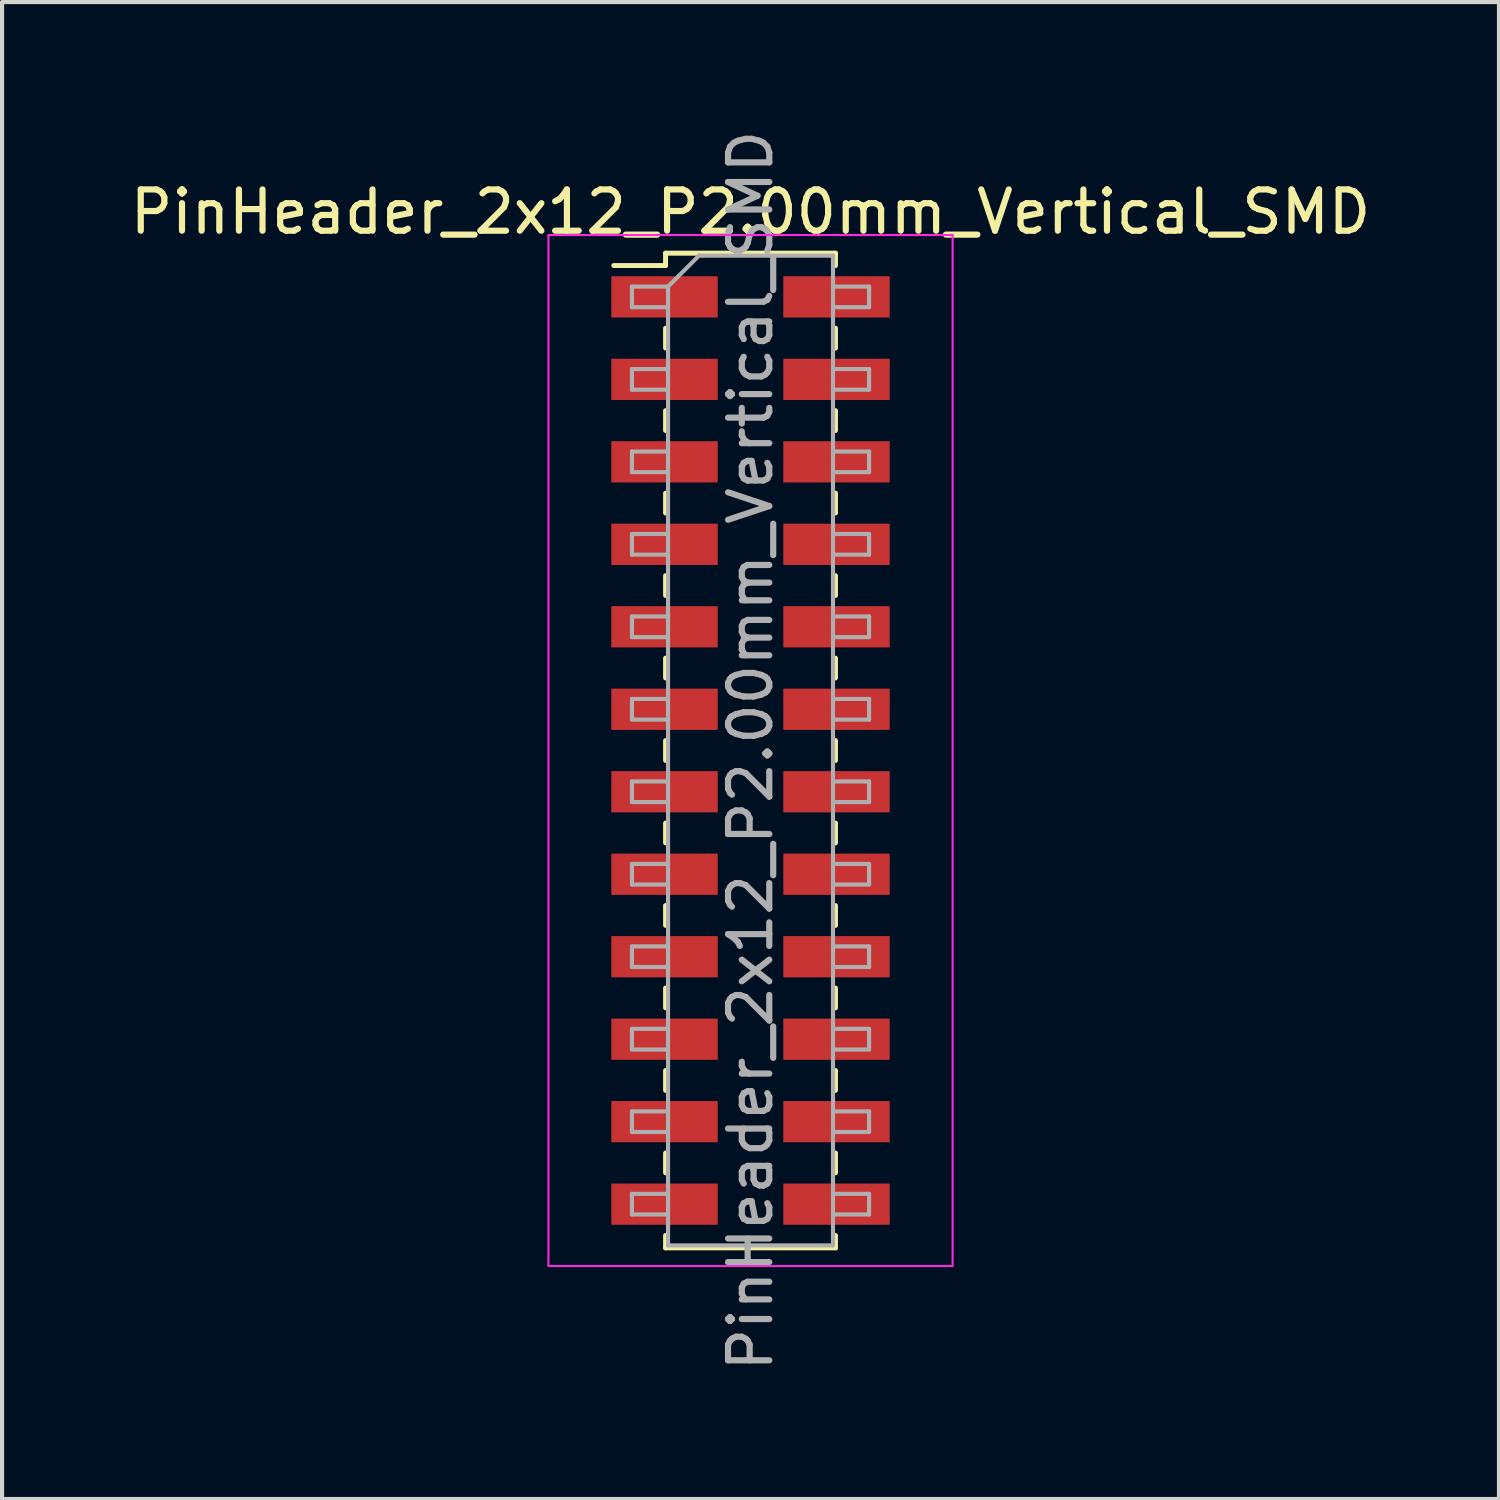
<source format=kicad_pcb>
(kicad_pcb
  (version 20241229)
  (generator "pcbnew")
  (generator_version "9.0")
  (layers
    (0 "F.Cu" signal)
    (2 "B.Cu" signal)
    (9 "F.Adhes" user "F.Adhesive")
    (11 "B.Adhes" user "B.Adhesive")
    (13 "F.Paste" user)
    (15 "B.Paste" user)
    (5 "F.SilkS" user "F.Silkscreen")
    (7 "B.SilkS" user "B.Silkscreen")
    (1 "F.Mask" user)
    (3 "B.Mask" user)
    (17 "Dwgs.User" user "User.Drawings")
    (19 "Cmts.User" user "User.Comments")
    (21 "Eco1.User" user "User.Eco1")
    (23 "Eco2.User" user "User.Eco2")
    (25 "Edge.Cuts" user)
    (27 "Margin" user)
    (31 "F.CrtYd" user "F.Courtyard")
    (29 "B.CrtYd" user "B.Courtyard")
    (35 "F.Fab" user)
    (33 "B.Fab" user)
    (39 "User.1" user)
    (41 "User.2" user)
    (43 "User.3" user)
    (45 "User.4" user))
  (footprint "PinHeader_2x12_P2.00mm_Vertical_SMD"
    (layer "F.Cu")
    (at 15.149 15.149)
    (property "Reference" "PinHeader_2x12_P2.00mm_Vertical_SMD" (at 0 -13.06 0) (layer "F.SilkS") (effects (font (size 1 1) (thickness 0.15))))
    (attr smd)
    (fp_line (start -3.315 -11.76) (end -2.06 -11.76) (stroke (width 0.12) (type solid)) (layer "F.SilkS"))
    (fp_line (start -2.06 -12.06) (end -2.06 -11.76) (stroke (width 0.12) (type solid)) (layer "F.SilkS"))
    (fp_line (start -2.06 -12.06) (end 2.06 -12.06) (stroke (width 0.12) (type solid)) (layer "F.SilkS"))
    (fp_line (start -2.06 -10.24) (end -2.06 -9.76) (stroke (width 0.12) (type solid)) (layer "F.SilkS"))
    (fp_line (start -2.06 -8.24) (end -2.06 -7.76) (stroke (width 0.12) (type solid)) (layer "F.SilkS"))
    (fp_line (start -2.06 -6.24) (end -2.06 -5.76) (stroke (width 0.12) (type solid)) (layer "F.SilkS"))
    (fp_line (start -2.06 -4.24) (end -2.06 -3.76) (stroke (width 0.12) (type solid)) (layer "F.SilkS"))
    (fp_line (start -2.06 -2.24) (end -2.06 -1.76) (stroke (width 0.12) (type solid)) (layer "F.SilkS"))
    (fp_line (start -2.06 -0.24) (end -2.06 0.24) (stroke (width 0.12) (type solid)) (layer "F.SilkS"))
    (fp_line (start -2.06 1.76) (end -2.06 2.24) (stroke (width 0.12) (type solid)) (layer "F.SilkS"))
    (fp_line (start -2.06 3.76) (end -2.06 4.24) (stroke (width 0.12) (type solid)) (layer "F.SilkS"))
    (fp_line (start -2.06 5.76) (end -2.06 6.24) (stroke (width 0.12) (type solid)) (layer "F.SilkS"))
    (fp_line (start -2.06 7.76) (end -2.06 8.24) (stroke (width 0.12) (type solid)) (layer "F.SilkS"))
    (fp_line (start -2.06 9.76) (end -2.06 10.24) (stroke (width 0.12) (type solid)) (layer "F.SilkS"))
    (fp_line (start -2.06 11.76) (end -2.06 12.06) (stroke (width 0.12) (type solid)) (layer "F.SilkS"))
    (fp_line (start -2.06 12.06) (end 2.06 12.06) (stroke (width 0.12) (type solid)) (layer "F.SilkS"))
    (fp_line (start 2.06 -12.06) (end 2.06 -11.76) (stroke (width 0.12) (type solid)) (layer "F.SilkS"))
    (fp_line (start 2.06 -10.24) (end 2.06 -9.76) (stroke (width 0.12) (type solid)) (layer "F.SilkS"))
    (fp_line (start 2.06 -8.24) (end 2.06 -7.76) (stroke (width 0.12) (type solid)) (layer "F.SilkS"))
    (fp_line (start 2.06 -6.24) (end 2.06 -5.76) (stroke (width 0.12) (type solid)) (layer "F.SilkS"))
    (fp_line (start 2.06 -4.24) (end 2.06 -3.76) (stroke (width 0.12) (type solid)) (layer "F.SilkS"))
    (fp_line (start 2.06 -2.24) (end 2.06 -1.76) (stroke (width 0.12) (type solid)) (layer "F.SilkS"))
    (fp_line (start 2.06 -0.24) (end 2.06 0.24) (stroke (width 0.12) (type solid)) (layer "F.SilkS"))
    (fp_line (start 2.06 1.76) (end 2.06 2.24) (stroke (width 0.12) (type solid)) (layer "F.SilkS"))
    (fp_line (start 2.06 3.76) (end 2.06 4.24) (stroke (width 0.12) (type solid)) (layer "F.SilkS"))
    (fp_line (start 2.06 5.76) (end 2.06 6.24) (stroke (width 0.12) (type solid)) (layer "F.SilkS"))
    (fp_line (start 2.06 7.76) (end 2.06 8.24) (stroke (width 0.12) (type solid)) (layer "F.SilkS"))
    (fp_line (start 2.06 9.76) (end 2.06 10.24) (stroke (width 0.12) (type solid)) (layer "F.SilkS"))
    (fp_line (start 2.06 11.76) (end 2.06 12.06) (stroke (width 0.12) (type solid)) (layer "F.SilkS"))
    (fp_line (start -4.9 -12.5) (end -4.9 12.5) (stroke (width 0.05) (type solid)) (layer "F.CrtYd"))
    (fp_line (start -4.9 12.5) (end 4.9 12.5) (stroke (width 0.05) (type solid)) (layer "F.CrtYd"))
    (fp_line (start 4.9 -12.5) (end -4.9 -12.5) (stroke (width 0.05) (type solid)) (layer "F.CrtYd"))
    (fp_line (start 4.9 12.5) (end 4.9 -12.5) (stroke (width 0.05) (type solid)) (layer "F.CrtYd"))
    (fp_line (start -2.875 -11.25) (end -2.875 -10.75) (stroke (width 0.1) (type solid)) (layer "F.Fab"))
    (fp_line (start -2.875 -10.75) (end -2 -10.75) (stroke (width 0.1) (type solid)) (layer "F.Fab"))
    (fp_line (start -2.875 -9.25) (end -2.875 -8.75) (stroke (width 0.1) (type solid)) (layer "F.Fab"))
    (fp_line (start -2.875 -8.75) (end -2 -8.75) (stroke (width 0.1) (type solid)) (layer "F.Fab"))
    (fp_line (start -2.875 -7.25) (end -2.875 -6.75) (stroke (width 0.1) (type solid)) (layer "F.Fab"))
    (fp_line (start -2.875 -6.75) (end -2 -6.75) (stroke (width 0.1) (type solid)) (layer "F.Fab"))
    (fp_line (start -2.875 -5.25) (end -2.875 -4.75) (stroke (width 0.1) (type solid)) (layer "F.Fab"))
    (fp_line (start -2.875 -4.75) (end -2 -4.75) (stroke (width 0.1) (type solid)) (layer "F.Fab"))
    (fp_line (start -2.875 -3.25) (end -2.875 -2.75) (stroke (width 0.1) (type solid)) (layer "F.Fab"))
    (fp_line (start -2.875 -2.75) (end -2 -2.75) (stroke (width 0.1) (type solid)) (layer "F.Fab"))
    (fp_line (start -2.875 -1.25) (end -2.875 -0.75) (stroke (width 0.1) (type solid)) (layer "F.Fab"))
    (fp_line (start -2.875 -0.75) (end -2 -0.75) (stroke (width 0.1) (type solid)) (layer "F.Fab"))
    (fp_line (start -2.875 0.75) (end -2.875 1.25) (stroke (width 0.1) (type solid)) (layer "F.Fab"))
    (fp_line (start -2.875 1.25) (end -2 1.25) (stroke (width 0.1) (type solid)) (layer "F.Fab"))
    (fp_line (start -2.875 2.75) (end -2.875 3.25) (stroke (width 0.1) (type solid)) (layer "F.Fab"))
    (fp_line (start -2.875 3.25) (end -2 3.25) (stroke (width 0.1) (type solid)) (layer "F.Fab"))
    (fp_line (start -2.875 4.75) (end -2.875 5.25) (stroke (width 0.1) (type solid)) (layer "F.Fab"))
    (fp_line (start -2.875 5.25) (end -2 5.25) (stroke (width 0.1) (type solid)) (layer "F.Fab"))
    (fp_line (start -2.875 6.75) (end -2.875 7.25) (stroke (width 0.1) (type solid)) (layer "F.Fab"))
    (fp_line (start -2.875 7.25) (end -2 7.25) (stroke (width 0.1) (type solid)) (layer "F.Fab"))
    (fp_line (start -2.875 8.75) (end -2.875 9.25) (stroke (width 0.1) (type solid)) (layer "F.Fab"))
    (fp_line (start -2.875 9.25) (end -2 9.25) (stroke (width 0.1) (type solid)) (layer "F.Fab"))
    (fp_line (start -2.875 10.75) (end -2.875 11.25) (stroke (width 0.1) (type solid)) (layer "F.Fab"))
    (fp_line (start -2.875 11.25) (end -2 11.25) (stroke (width 0.1) (type solid)) (layer "F.Fab"))
    (fp_line (start -2 -11.25) (end -2.875 -11.25) (stroke (width 0.1) (type solid)) (layer "F.Fab"))
    (fp_line (start -2 -11.25) (end -1.25 -12) (stroke (width 0.1) (type solid)) (layer "F.Fab"))
    (fp_line (start -2 -9.25) (end -2.875 -9.25) (stroke (width 0.1) (type solid)) (layer "F.Fab"))
    (fp_line (start -2 -7.25) (end -2.875 -7.25) (stroke (width 0.1) (type solid)) (layer "F.Fab"))
    (fp_line (start -2 -5.25) (end -2.875 -5.25) (stroke (width 0.1) (type solid)) (layer "F.Fab"))
    (fp_line (start -2 -3.25) (end -2.875 -3.25) (stroke (width 0.1) (type solid)) (layer "F.Fab"))
    (fp_line (start -2 -1.25) (end -2.875 -1.25) (stroke (width 0.1) (type solid)) (layer "F.Fab"))
    (fp_line (start -2 0.75) (end -2.875 0.75) (stroke (width 0.1) (type solid)) (layer "F.Fab"))
    (fp_line (start -2 2.75) (end -2.875 2.75) (stroke (width 0.1) (type solid)) (layer "F.Fab"))
    (fp_line (start -2 4.75) (end -2.875 4.75) (stroke (width 0.1) (type solid)) (layer "F.Fab"))
    (fp_line (start -2 6.75) (end -2.875 6.75) (stroke (width 0.1) (type solid)) (layer "F.Fab"))
    (fp_line (start -2 8.75) (end -2.875 8.75) (stroke (width 0.1) (type solid)) (layer "F.Fab"))
    (fp_line (start -2 10.75) (end -2.875 10.75) (stroke (width 0.1) (type solid)) (layer "F.Fab"))
    (fp_line (start -2 12) (end -2 -11.25) (stroke (width 0.1) (type solid)) (layer "F.Fab"))
    (fp_line (start -1.25 -12) (end 2 -12) (stroke (width 0.1) (type solid)) (layer "F.Fab"))
    (fp_line (start 2 -12) (end 2 12) (stroke (width 0.1) (type solid)) (layer "F.Fab"))
    (fp_line (start 2 -11.25) (end 2.875 -11.25) (stroke (width 0.1) (type solid)) (layer "F.Fab"))
    (fp_line (start 2 -9.25) (end 2.875 -9.25) (stroke (width 0.1) (type solid)) (layer "F.Fab"))
    (fp_line (start 2 -7.25) (end 2.875 -7.25) (stroke (width 0.1) (type solid)) (layer "F.Fab"))
    (fp_line (start 2 -5.25) (end 2.875 -5.25) (stroke (width 0.1) (type solid)) (layer "F.Fab"))
    (fp_line (start 2 -3.25) (end 2.875 -3.25) (stroke (width 0.1) (type solid)) (layer "F.Fab"))
    (fp_line (start 2 -1.25) (end 2.875 -1.25) (stroke (width 0.1) (type solid)) (layer "F.Fab"))
    (fp_line (start 2 0.75) (end 2.875 0.75) (stroke (width 0.1) (type solid)) (layer "F.Fab"))
    (fp_line (start 2 2.75) (end 2.875 2.75) (stroke (width 0.1) (type solid)) (layer "F.Fab"))
    (fp_line (start 2 4.75) (end 2.875 4.75) (stroke (width 0.1) (type solid)) (layer "F.Fab"))
    (fp_line (start 2 6.75) (end 2.875 6.75) (stroke (width 0.1) (type solid)) (layer "F.Fab"))
    (fp_line (start 2 8.75) (end 2.875 8.75) (stroke (width 0.1) (type solid)) (layer "F.Fab"))
    (fp_line (start 2 10.75) (end 2.875 10.75) (stroke (width 0.1) (type solid)) (layer "F.Fab"))
    (fp_line (start 2 12) (end -2 12) (stroke (width 0.1) (type solid)) (layer "F.Fab"))
    (fp_line (start 2.875 -11.25) (end 2.875 -10.75) (stroke (width 0.1) (type solid)) (layer "F.Fab"))
    (fp_line (start 2.875 -10.75) (end 2 -10.75) (stroke (width 0.1) (type solid)) (layer "F.Fab"))
    (fp_line (start 2.875 -9.25) (end 2.875 -8.75) (stroke (width 0.1) (type solid)) (layer "F.Fab"))
    (fp_line (start 2.875 -8.75) (end 2 -8.75) (stroke (width 0.1) (type solid)) (layer "F.Fab"))
    (fp_line (start 2.875 -7.25) (end 2.875 -6.75) (stroke (width 0.1) (type solid)) (layer "F.Fab"))
    (fp_line (start 2.875 -6.75) (end 2 -6.75) (stroke (width 0.1) (type solid)) (layer "F.Fab"))
    (fp_line (start 2.875 -5.25) (end 2.875 -4.75) (stroke (width 0.1) (type solid)) (layer "F.Fab"))
    (fp_line (start 2.875 -4.75) (end 2 -4.75) (stroke (width 0.1) (type solid)) (layer "F.Fab"))
    (fp_line (start 2.875 -3.25) (end 2.875 -2.75) (stroke (width 0.1) (type solid)) (layer "F.Fab"))
    (fp_line (start 2.875 -2.75) (end 2 -2.75) (stroke (width 0.1) (type solid)) (layer "F.Fab"))
    (fp_line (start 2.875 -1.25) (end 2.875 -0.75) (stroke (width 0.1) (type solid)) (layer "F.Fab"))
    (fp_line (start 2.875 -0.75) (end 2 -0.75) (stroke (width 0.1) (type solid)) (layer "F.Fab"))
    (fp_line (start 2.875 0.75) (end 2.875 1.25) (stroke (width 0.1) (type solid)) (layer "F.Fab"))
    (fp_line (start 2.875 1.25) (end 2 1.25) (stroke (width 0.1) (type solid)) (layer "F.Fab"))
    (fp_line (start 2.875 2.75) (end 2.875 3.25) (stroke (width 0.1) (type solid)) (layer "F.Fab"))
    (fp_line (start 2.875 3.25) (end 2 3.25) (stroke (width 0.1) (type solid)) (layer "F.Fab"))
    (fp_line (start 2.875 4.75) (end 2.875 5.25) (stroke (width 0.1) (type solid)) (layer "F.Fab"))
    (fp_line (start 2.875 5.25) (end 2 5.25) (stroke (width 0.1) (type solid)) (layer "F.Fab"))
    (fp_line (start 2.875 6.75) (end 2.875 7.25) (stroke (width 0.1) (type solid)) (layer "F.Fab"))
    (fp_line (start 2.875 7.25) (end 2 7.25) (stroke (width 0.1) (type solid)) (layer "F.Fab"))
    (fp_line (start 2.875 8.75) (end 2.875 9.25) (stroke (width 0.1) (type solid)) (layer "F.Fab"))
    (fp_line (start 2.875 9.25) (end 2 9.25) (stroke (width 0.1) (type solid)) (layer "F.Fab"))
    (fp_line (start 2.875 10.75) (end 2.875 11.25) (stroke (width 0.1) (type solid)) (layer "F.Fab"))
    (fp_line (start 2.875 11.25) (end 2 11.25) (stroke (width 0.1) (type solid)) (layer "F.Fab"))
    (fp_text user "${REFERENCE}" (at 0 0 90) (layer "F.Fab") (effects (font (size 1 1) (thickness 0.15))))
    (pad "1" smd rect (at -2.085 -11) (size 2.58 1) (layers "F.Cu" "F.Mask" "F.Paste"))
    (pad "2" smd rect (at 2.085 -11) (size 2.58 1) (layers "F.Cu" "F.Mask" "F.Paste"))
    (pad "3" smd rect (at -2.085 -9) (size 2.58 1) (layers "F.Cu" "F.Mask" "F.Paste"))
    (pad "4" smd rect (at 2.085 -9) (size 2.58 1) (layers "F.Cu" "F.Mask" "F.Paste"))
    (pad "5" smd rect (at -2.085 -7) (size 2.58 1) (layers "F.Cu" "F.Mask" "F.Paste"))
    (pad "6" smd rect (at 2.085 -7) (size 2.58 1) (layers "F.Cu" "F.Mask" "F.Paste"))
    (pad "7" smd rect (at -2.085 -5) (size 2.58 1) (layers "F.Cu" "F.Mask" "F.Paste"))
    (pad "8" smd rect (at 2.085 -5) (size 2.58 1) (layers "F.Cu" "F.Mask" "F.Paste"))
    (pad "9" smd rect (at -2.085 -3) (size 2.58 1) (layers "F.Cu" "F.Mask" "F.Paste"))
    (pad "10" smd rect (at 2.085 -3) (size 2.58 1) (layers "F.Cu" "F.Mask" "F.Paste"))
    (pad "11" smd rect (at -2.085 -1) (size 2.58 1) (layers "F.Cu" "F.Mask" "F.Paste"))
    (pad "12" smd rect (at 2.085 -1) (size 2.58 1) (layers "F.Cu" "F.Mask" "F.Paste"))
    (pad "13" smd rect (at -2.085 1) (size 2.58 1) (layers "F.Cu" "F.Mask" "F.Paste"))
    (pad "14" smd rect (at 2.085 1) (size 2.58 1) (layers "F.Cu" "F.Mask" "F.Paste"))
    (pad "15" smd rect (at -2.085 3) (size 2.58 1) (layers "F.Cu" "F.Mask" "F.Paste"))
    (pad "16" smd rect (at 2.085 3) (size 2.58 1) (layers "F.Cu" "F.Mask" "F.Paste"))
    (pad "17" smd rect (at -2.085 5) (size 2.58 1) (layers "F.Cu" "F.Mask" "F.Paste"))
    (pad "18" smd rect (at 2.085 5) (size 2.58 1) (layers "F.Cu" "F.Mask" "F.Paste"))
    (pad "19" smd rect (at -2.085 7) (size 2.58 1) (layers "F.Cu" "F.Mask" "F.Paste"))
    (pad "20" smd rect (at 2.085 7) (size 2.58 1) (layers "F.Cu" "F.Mask" "F.Paste"))
    (pad "21" smd rect (at -2.085 9) (size 2.58 1) (layers "F.Cu" "F.Mask" "F.Paste"))
    (pad "22" smd rect (at 2.085 9) (size 2.58 1) (layers "F.Cu" "F.Mask" "F.Paste"))
    (pad "23" smd rect (at -2.085 11) (size 2.58 1) (layers "F.Cu" "F.Mask" "F.Paste"))
    (pad "24" smd rect (at 2.085 11) (size 2.58 1) (layers "F.Cu" "F.Mask" "F.Paste")))
  (gr_rect
    (start -3 -3)
    (end 33.298 33.298)
    (stroke (width 0.1) (type default))
    (fill no)
    (layer "Edge.Cuts")))
</source>
